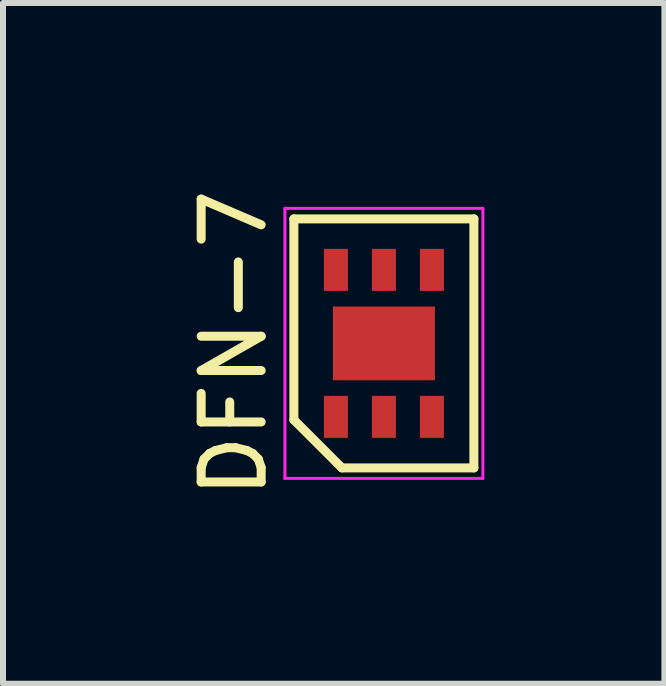
<source format=kicad_pcb>
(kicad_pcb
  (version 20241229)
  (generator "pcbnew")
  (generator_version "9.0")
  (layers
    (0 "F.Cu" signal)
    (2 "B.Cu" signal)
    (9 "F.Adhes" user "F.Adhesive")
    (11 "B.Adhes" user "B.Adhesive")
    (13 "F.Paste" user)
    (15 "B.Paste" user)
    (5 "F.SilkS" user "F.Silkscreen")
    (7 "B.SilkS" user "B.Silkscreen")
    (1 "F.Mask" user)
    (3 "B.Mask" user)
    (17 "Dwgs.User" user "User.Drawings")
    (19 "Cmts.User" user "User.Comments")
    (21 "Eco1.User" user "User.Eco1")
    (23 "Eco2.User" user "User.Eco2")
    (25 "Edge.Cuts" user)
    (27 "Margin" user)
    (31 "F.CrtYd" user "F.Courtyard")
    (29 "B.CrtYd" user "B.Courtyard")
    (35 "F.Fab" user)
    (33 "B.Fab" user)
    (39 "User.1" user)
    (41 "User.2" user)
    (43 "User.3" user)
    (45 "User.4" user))
  (footprint "DFN-7"
    (layer "F.Cu")
    (at 3.348 2.673)
    (property "Reference" "DFN-7" (at -2.5 0 90) (layer "F.SilkS") (effects (font (size 1 1) (thickness 0.15))))
    (attr smd)
    (fp_line (start -1.5 -2.075) (end 1.5 -2.075) (stroke (width 0.15) (type solid)) (layer "F.SilkS"))
    (fp_line (start -1.5 1.275) (end -1.5 -2.075) (stroke (width 0.15) (type solid)) (layer "F.SilkS"))
    (fp_line (start -0.7 2.075) (end -1.5 1.275) (stroke (width 0.15) (type solid)) (layer "F.SilkS"))
    (fp_line (start 1.5 -2.075) (end 1.5 2.075) (stroke (width 0.15) (type solid)) (layer "F.SilkS"))
    (fp_line (start 1.5 2.075) (end -0.7 2.075) (stroke (width 0.15) (type solid)) (layer "F.SilkS"))
    (fp_line (start -1.65 -2.25) (end 1.65 -2.25) (stroke (width 0.05) (type solid)) (layer "F.CrtYd"))
    (fp_line (start -1.65 2.25) (end -1.65 -2.25) (stroke (width 0.05) (type solid)) (layer "F.CrtYd"))
    (fp_line (start 1.65 -2.25) (end 1.65 2.25) (stroke (width 0.05) (type solid)) (layer "F.CrtYd"))
    (fp_line (start 1.65 2.25) (end -1.65 2.25) (stroke (width 0.05) (type solid)) (layer "F.CrtYd"))
    (pad "1" smd rect (at -0.8 1.225) (size 0.4 0.7) (layers "F.Cu" "F.Mask" "F.Paste"))
    (pad "2" smd rect (at 0 1.225) (size 0.4 0.7) (layers "F.Cu" "F.Mask" "F.Paste"))
    (pad "3" smd rect (at 0.8 1.225) (size 0.4 0.7) (layers "F.Cu" "F.Mask" "F.Paste"))
    (pad "4" smd rect (at 0.8 -1.225) (size 0.4 0.7) (layers "F.Cu" "F.Mask" "F.Paste"))
    (pad "5" smd rect (at 0 -1.225) (size 0.4 0.7) (layers "F.Cu" "F.Mask" "F.Paste"))
    (pad "6" smd rect (at -0.8 -1.225) (size 0.4 0.7) (layers "F.Cu" "F.Mask" "F.Paste"))
    (pad "7" smd rect (at 0 0) (size 1.7 1.23) (layers "F.Cu" "F.Mask" "F.Paste")))
  (gr_rect
    (start -3 -3)
    (end 8.023 8.345)
    (stroke (width 0.1) (type default))
    (fill no)
    (layer "Edge.Cuts")))
</source>
